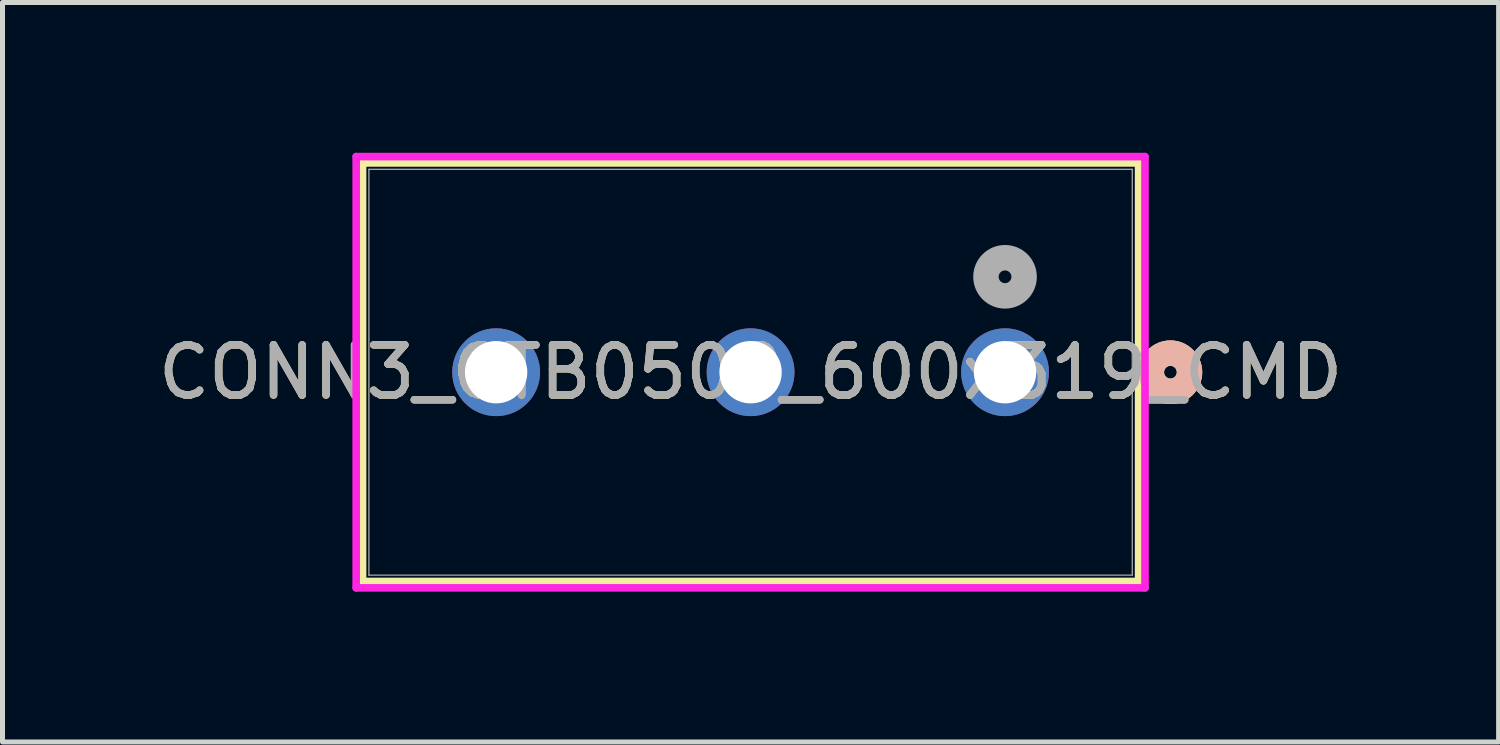
<source format=kicad_pcb>
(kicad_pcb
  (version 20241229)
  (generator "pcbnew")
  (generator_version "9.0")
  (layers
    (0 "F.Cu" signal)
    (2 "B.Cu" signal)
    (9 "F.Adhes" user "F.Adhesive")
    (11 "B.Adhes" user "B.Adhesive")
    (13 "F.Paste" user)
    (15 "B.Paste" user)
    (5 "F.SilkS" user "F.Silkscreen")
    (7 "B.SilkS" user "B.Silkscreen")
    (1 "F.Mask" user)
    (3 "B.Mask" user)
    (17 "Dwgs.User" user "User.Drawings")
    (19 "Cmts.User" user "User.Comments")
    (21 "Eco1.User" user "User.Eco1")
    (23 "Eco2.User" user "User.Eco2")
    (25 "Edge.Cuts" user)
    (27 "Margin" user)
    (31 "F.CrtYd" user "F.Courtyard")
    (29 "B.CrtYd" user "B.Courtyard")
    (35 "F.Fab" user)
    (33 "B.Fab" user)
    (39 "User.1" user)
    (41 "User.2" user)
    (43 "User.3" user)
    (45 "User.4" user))
  (footprint "CONN3_CTB0508_600x319_CMD"
    (layer "F.Cu")
    (at 17.015 4.381)
    (property "Reference" "CONN3_CTB0508_600x319_CMD" (at -5.08 0 0) (unlocked yes) (layer "F.SilkS") (effects (font (size 1 1) (thickness 0.15))))
    (attr through_hole)
    (fp_line (start -12.827 -4.178) (end -12.827 4.178) (stroke (width 0.152) (type solid)) (layer "F.SilkS"))
    (fp_line (start -12.827 4.178) (end 2.667 4.178) (stroke (width 0.152) (type solid)) (layer "F.SilkS"))
    (fp_line (start 2.667 -4.178) (end -12.827 -4.178) (stroke (width 0.152) (type solid)) (layer "F.SilkS"))
    (fp_line (start 2.667 4.178) (end 2.667 -4.178) (stroke (width 0.152) (type solid)) (layer "F.SilkS"))
    (fp_circle (center 3.302 0) (end 3.683 0) (stroke (width 0.508) (type solid)) (fill no) (layer "F.SilkS"))
    (fp_circle (center 3.302 0) (end 3.683 0) (stroke (width 0.508) (type solid)) (fill no) (layer "B.SilkS"))
    (fp_line (start -12.954 -4.305) (end -12.954 4.305) (stroke (width 0.152) (type solid)) (layer "F.CrtYd"))
    (fp_line (start -12.954 4.305) (end 2.794 4.305) (stroke (width 0.152) (type solid)) (layer "F.CrtYd"))
    (fp_line (start 2.794 -4.305) (end -12.954 -4.305) (stroke (width 0.152) (type solid)) (layer "F.CrtYd"))
    (fp_line (start 2.794 4.305) (end 2.794 -4.305) (stroke (width 0.152) (type solid)) (layer "F.CrtYd"))
    (fp_line (start -12.7 -4.051) (end -12.7 4.051) (stroke (width 0.025) (type solid)) (layer "F.Fab"))
    (fp_line (start -12.7 4.051) (end 2.54 4.051) (stroke (width 0.025) (type solid)) (layer "F.Fab"))
    (fp_line (start 2.54 -4.051) (end -12.7 -4.051) (stroke (width 0.025) (type solid)) (layer "F.Fab"))
    (fp_line (start 2.54 4.051) (end 2.54 -4.051) (stroke (width 0.025) (type solid)) (layer "F.Fab"))
    (fp_circle (center 0 -1.905) (end 0.381 -1.905) (stroke (width 0.508) (type solid)) (fill no) (layer "F.Fab"))
    (fp_text user "${REFERENCE}" (at -5.08 0 0) (unlocked yes) (layer "F.Fab") (effects (font (size 1 1) (thickness 0.15))))
    (pad "1" thru_hole circle (at 0 0) (size 1.753 1.753) (drill 1.245) (layers "*.Cu" "*.Mask"))
    (pad "2" thru_hole circle (at -5.08 0) (size 1.753 1.753) (drill 1.245) (layers "*.Cu" "*.Mask"))
    (pad "3" thru_hole circle (at -10.16 0) (size 1.753 1.753) (drill 1.245) (layers "*.Cu" "*.Mask")))
  (gr_rect
    (start -3 -3)
    (end 26.869 11.763)
    (stroke (width 0.1) (type default))
    (fill no)
    (layer "Edge.Cuts")))
</source>
